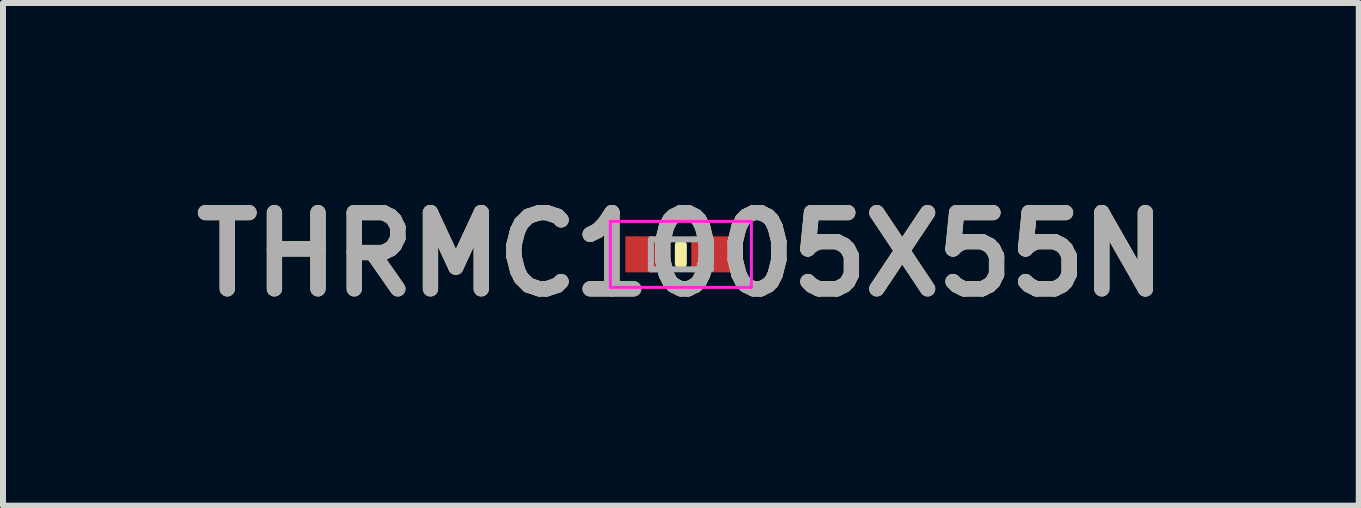
<source format=kicad_pcb>
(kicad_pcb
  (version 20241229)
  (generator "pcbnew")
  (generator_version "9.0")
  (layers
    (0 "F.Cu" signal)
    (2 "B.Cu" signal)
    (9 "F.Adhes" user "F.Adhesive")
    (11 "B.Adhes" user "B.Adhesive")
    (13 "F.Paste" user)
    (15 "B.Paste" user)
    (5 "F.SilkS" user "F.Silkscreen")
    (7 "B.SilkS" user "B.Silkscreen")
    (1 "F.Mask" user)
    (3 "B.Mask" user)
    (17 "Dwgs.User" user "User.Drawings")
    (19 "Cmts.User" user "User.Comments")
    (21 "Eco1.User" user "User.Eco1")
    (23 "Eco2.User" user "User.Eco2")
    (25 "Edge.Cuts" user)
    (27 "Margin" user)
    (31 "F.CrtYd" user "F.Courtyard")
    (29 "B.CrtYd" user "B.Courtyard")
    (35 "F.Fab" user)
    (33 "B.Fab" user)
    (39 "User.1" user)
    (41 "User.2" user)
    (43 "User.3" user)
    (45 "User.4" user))
  (footprint "THRMC1005X55N"
    (layer "F.Cu")
    (at 8.297 1.189)
    (property "Reference" "THRMC1005X55N" (at 0 0 0) (layer "F.SilkS") (effects (font (size 1.27 1.27) (thickness 0.254))))
    (attr smd)
    (fp_line (start 0 -0.15) (end 0 0.15) (stroke (width 0.2) (type solid)) (layer "F.SilkS"))
    (fp_line (start -1.175 -0.55) (end 1.175 -0.55) (stroke (width 0.05) (type solid)) (layer "F.CrtYd"))
    (fp_line (start -1.175 0.55) (end -1.175 -0.55) (stroke (width 0.05) (type solid)) (layer "F.CrtYd"))
    (fp_line (start 1.175 -0.55) (end 1.175 0.55) (stroke (width 0.05) (type solid)) (layer "F.CrtYd"))
    (fp_line (start 1.175 0.55) (end -1.175 0.55) (stroke (width 0.05) (type solid)) (layer "F.CrtYd"))
    (fp_line (start -0.5 -0.25) (end 0.5 -0.25) (stroke (width 0.1) (type solid)) (layer "F.Fab"))
    (fp_line (start -0.5 0.25) (end -0.5 -0.25) (stroke (width 0.1) (type solid)) (layer "F.Fab"))
    (fp_line (start 0.5 -0.25) (end 0.5 0.25) (stroke (width 0.1) (type solid)) (layer "F.Fab"))
    (fp_line (start 0.5 0.25) (end -0.5 0.25) (stroke (width 0.1) (type solid)) (layer "F.Fab"))
    (fp_text user "${REFERENCE}" (at 0 0 0) (layer "F.Fab") (effects (font (size 1.27 1.27) (thickness 0.254))))
    (pad "1" smd rect (at -0.55 0 90) (size 0.6 0.75) (layers "F.Cu" "F.Mask" "F.Paste"))
    (pad "2" smd rect (at 0.55 0 90) (size 0.6 0.75) (layers "F.Cu" "F.Mask" "F.Paste")))
  (gr_rect
    (start -3 -3)
    (end 19.595 5.377)
    (stroke (width 0.1) (type default))
    (fill no)
    (layer "Edge.Cuts")))
</source>
